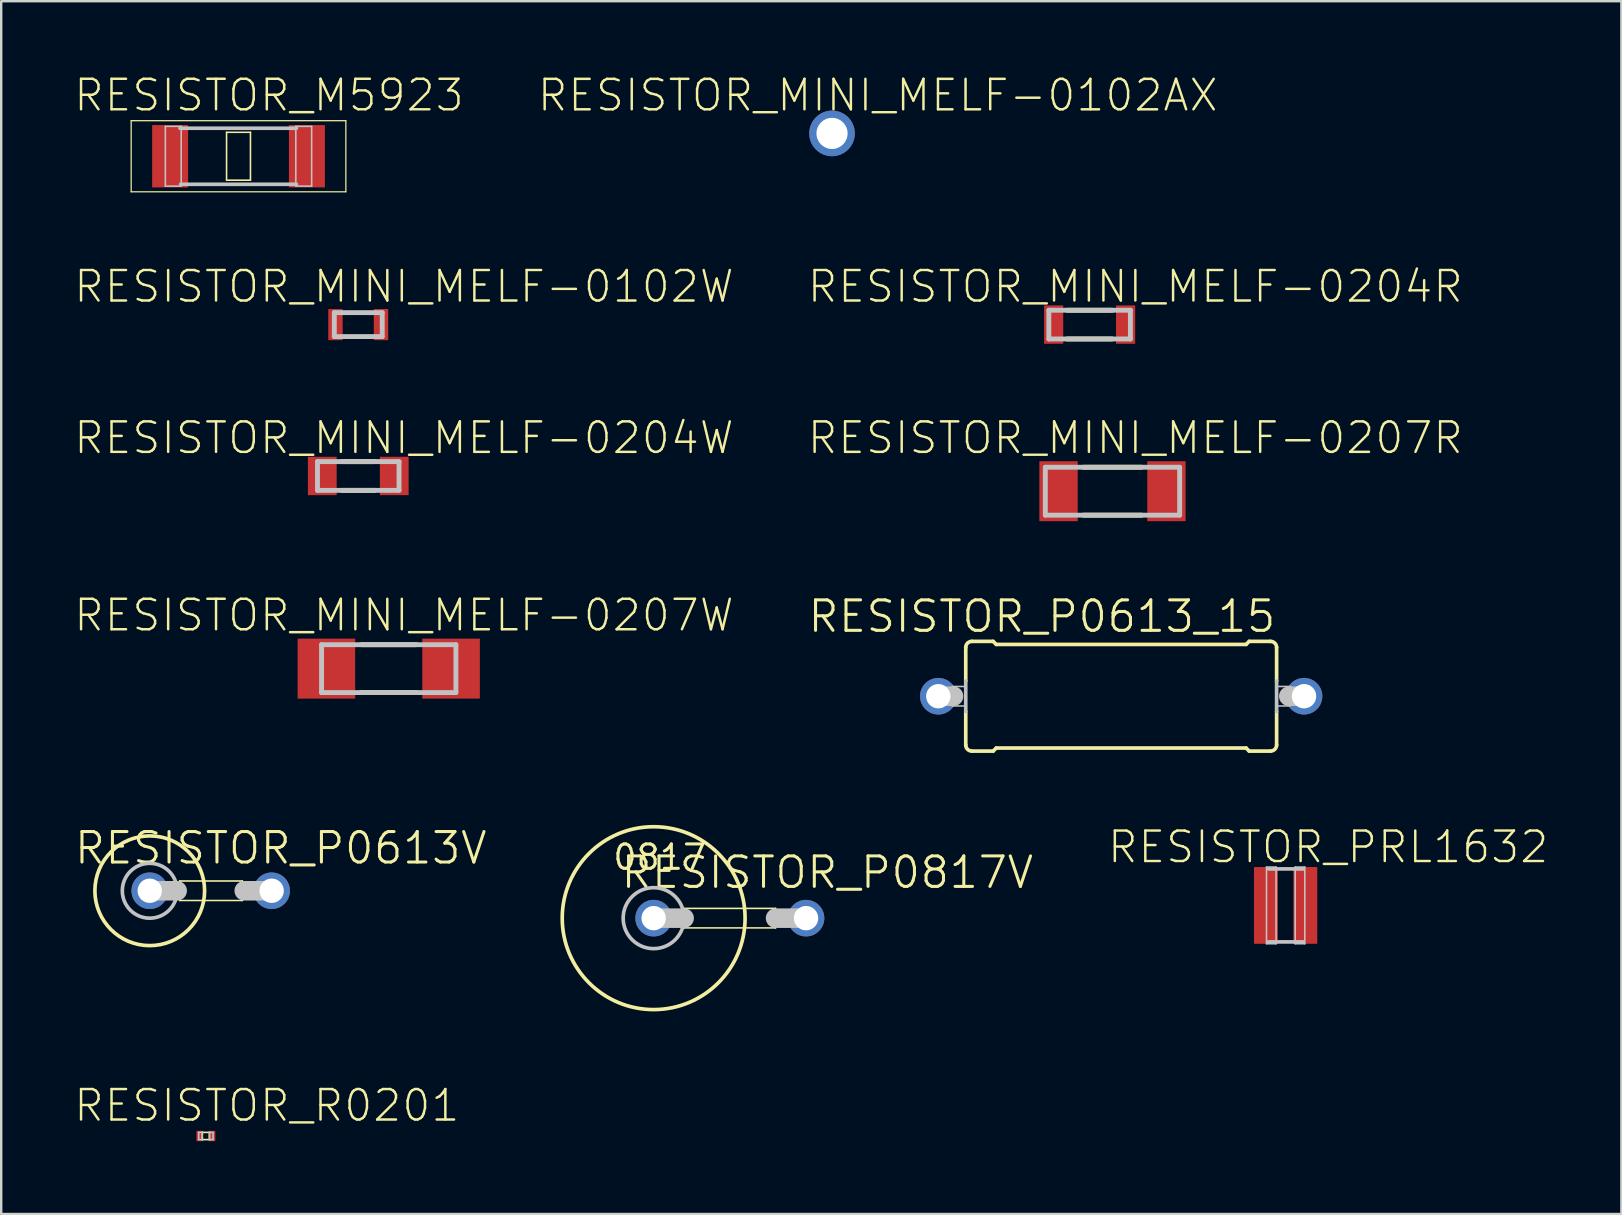
<source format=kicad_pcb>
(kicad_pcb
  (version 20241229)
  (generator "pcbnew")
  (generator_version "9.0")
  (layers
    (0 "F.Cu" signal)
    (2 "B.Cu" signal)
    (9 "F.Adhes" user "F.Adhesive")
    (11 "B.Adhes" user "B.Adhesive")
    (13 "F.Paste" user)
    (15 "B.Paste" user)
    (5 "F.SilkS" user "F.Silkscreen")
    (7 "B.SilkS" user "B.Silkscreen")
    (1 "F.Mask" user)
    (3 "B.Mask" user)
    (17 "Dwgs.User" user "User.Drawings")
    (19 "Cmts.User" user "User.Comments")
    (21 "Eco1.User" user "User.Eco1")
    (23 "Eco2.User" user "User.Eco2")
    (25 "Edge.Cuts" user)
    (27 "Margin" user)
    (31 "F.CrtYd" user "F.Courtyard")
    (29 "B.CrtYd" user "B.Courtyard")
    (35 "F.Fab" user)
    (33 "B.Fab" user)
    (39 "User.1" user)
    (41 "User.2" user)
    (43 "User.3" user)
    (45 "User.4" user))
  (footprint "RESISTOR_MINI_MELF-0204R"
    (layer "F.Cu")
    (at 42.355 10.476)
    (property "Reference" "RESISTOR_MINI_MELF-0204R" (at 1.905 -1.587 0) (layer "F.SilkS") (effects (font (size 1.27 1.27) (thickness 0.102))))
    (attr smd)
    (fp_line (start -0.937 0.599) (end 0.937 0.599) (stroke (width 0.203) (type solid)) (layer "F.SilkS"))
    (fp_line (start 0.937 -0.599) (end -0.937 -0.599) (stroke (width 0.203) (type solid)) (layer "F.SilkS"))
    (fp_line (start -1.699 -0.599) (end -1.699 0.599) (stroke (width 0.203) (type solid)) (layer "Dwgs.User"))
    (fp_line (start -1.699 0.599) (end 1.699 0.599) (stroke (width 0.203) (type solid)) (layer "Dwgs.User"))
    (fp_line (start 1.699 -0.599) (end -1.699 -0.599) (stroke (width 0.203) (type solid)) (layer "Dwgs.User"))
    (fp_line (start 1.699 0.599) (end 1.699 -0.599) (stroke (width 0.203) (type solid)) (layer "Dwgs.User"))
    (pad "1" smd rect (at -1.499 0) (size 0.798 1.598) (layers "F.Cu" "F.Mask" "F.Paste"))
    (pad "2" smd rect (at 1.499 0) (size 0.798 1.598) (layers "F.Cu" "F.Mask" "F.Paste")))
  (footprint "RESISTOR_MINI_MELF-0204W"
    (layer "F.Cu")
    (at 11.879 16.784)
    (property "Reference" "RESISTOR_MINI_MELF-0204W" (at 1.905 -1.587 0) (layer "F.SilkS") (effects (font (size 1.27 1.27) (thickness 0.102))))
    (attr smd)
    (fp_line (start -0.683 0.599) (end 0.683 0.599) (stroke (width 0.203) (type solid)) (layer "F.SilkS"))
    (fp_line (start 0.683 -0.599) (end -0.683 -0.599) (stroke (width 0.203) (type solid)) (layer "F.SilkS"))
    (fp_line (start -1.699 -0.599) (end -1.699 0.599) (stroke (width 0.203) (type solid)) (layer "Dwgs.User"))
    (fp_line (start -1.699 0.599) (end 1.699 0.599) (stroke (width 0.203) (type solid)) (layer "Dwgs.User"))
    (fp_line (start 1.699 -0.599) (end -1.699 -0.599) (stroke (width 0.203) (type solid)) (layer "Dwgs.User"))
    (fp_line (start 1.699 0.599) (end 1.699 -0.599) (stroke (width 0.203) (type solid)) (layer "Dwgs.User"))
    (pad "1" smd rect (at -1.499 0) (size 1.199 1.598) (layers "F.Cu" "F.Mask" "F.Paste"))
    (pad "2" smd rect (at 1.499 0) (size 1.199 1.598) (layers "F.Cu" "F.Mask" "F.Paste")))
  (footprint "RESISTOR_P0613_15"
    (layer "F.Cu")
    (at 43.67 25.962)
    (property "Reference" "RESISTOR_P0613_15" (at -3.302 -3.327 0) (layer "F.SilkS") (effects (font (size 1.27 1.27) (thickness 0.127))))
    (attr exclude_from_pos_files exclude_from_bom)
    (fp_line (start -6.477 -0.635) (end -6.477 -2.032) (stroke (width 0.152) (type solid)) (layer "F.SilkS"))
    (fp_line (start -6.477 2.032) (end -6.477 0.635) (stroke (width 0.152) (type solid)) (layer "F.SilkS"))
    (fp_line (start -6.223 -2.286) (end -5.334 -2.286) (stroke (width 0.152) (type solid)) (layer "F.SilkS"))
    (fp_line (start -6.223 2.286) (end -5.334 2.286) (stroke (width 0.152) (type solid)) (layer "F.SilkS"))
    (fp_line (start -5.207 -2.159) (end -5.334 -2.286) (stroke (width 0.152) (type solid)) (layer "F.SilkS"))
    (fp_line (start -5.207 2.159) (end -5.334 2.286) (stroke (width 0.152) (type solid)) (layer "F.SilkS"))
    (fp_line (start 5.207 -2.159) (end -5.207 -2.159) (stroke (width 0.152) (type solid)) (layer "F.SilkS"))
    (fp_line (start 5.207 -2.159) (end 5.334 -2.286) (stroke (width 0.152) (type solid)) (layer "F.SilkS"))
    (fp_line (start 5.207 2.159) (end -5.207 2.159) (stroke (width 0.152) (type solid)) (layer "F.SilkS"))
    (fp_line (start 5.207 2.159) (end 5.334 2.286) (stroke (width 0.152) (type solid)) (layer "F.SilkS"))
    (fp_line (start 6.223 -2.286) (end 5.334 -2.286) (stroke (width 0.152) (type solid)) (layer "F.SilkS"))
    (fp_line (start 6.223 2.286) (end 5.334 2.286) (stroke (width 0.152) (type solid)) (layer "F.SilkS"))
    (fp_line (start 6.477 -2.032) (end 6.477 -0.635) (stroke (width 0.152) (type solid)) (layer "F.SilkS"))
    (fp_line (start 6.477 0.635) (end 6.477 2.032) (stroke (width 0.152) (type solid)) (layer "F.SilkS"))
    (fp_arc (start -6.477 -2.032) (mid -6.402605 -2.211605) (end -6.223 -2.286) (stroke (width 0.1524) (type solid)) (layer "F.SilkS"))
    (fp_arc (start -6.223 2.286) (mid -6.402605 2.211605) (end -6.477 2.032) (stroke (width 0.1524) (type solid)) (layer "F.SilkS"))
    (fp_arc (start 6.223 -2.286) (mid 6.402605 -2.211605) (end 6.477 -2.032) (stroke (width 0.1524) (type solid)) (layer "F.SilkS"))
    (fp_arc (start 6.477 2.032) (mid 6.402605 2.211605) (end 6.223 2.286) (stroke (width 0.1524) (type solid)) (layer "F.SilkS"))
    (fp_line (start -7.62 0) (end -6.985 0) (stroke (width 0.813) (type solid)) (layer "Dwgs.User"))
    (fp_line (start -7.036 -0.406) (end -6.477 -0.406) (stroke (width 0.066) (type solid)) (layer "Dwgs.User"))
    (fp_line (start -7.036 0.406) (end -7.036 -0.406) (stroke (width 0.066) (type solid)) (layer "Dwgs.User"))
    (fp_line (start -7.036 0.406) (end -6.477 0.406) (stroke (width 0.066) (type solid)) (layer "Dwgs.User"))
    (fp_line (start -6.477 -0.635) (end -6.477 0.635) (stroke (width 0.152) (type solid)) (layer "Dwgs.User"))
    (fp_line (start -6.477 0.406) (end -6.477 -0.406) (stroke (width 0.066) (type solid)) (layer "Dwgs.User"))
    (fp_line (start 6.477 -0.406) (end 7.036 -0.406) (stroke (width 0.066) (type solid)) (layer "Dwgs.User"))
    (fp_line (start 6.477 0.406) (end 6.477 -0.406) (stroke (width 0.066) (type solid)) (layer "Dwgs.User"))
    (fp_line (start 6.477 0.406) (end 7.036 0.406) (stroke (width 0.066) (type solid)) (layer "Dwgs.User"))
    (fp_line (start 6.477 0.635) (end 6.477 -0.635) (stroke (width 0.152) (type solid)) (layer "Dwgs.User"))
    (fp_line (start 7.036 0.406) (end 7.036 -0.406) (stroke (width 0.066) (type solid)) (layer "Dwgs.User"))
    (fp_line (start 7.62 0) (end 6.985 0) (stroke (width 0.813) (type solid)) (layer "Dwgs.User"))
    (pad "1" thru_hole circle (at -7.62 0) (size 1.524 1.524) (drill 1.016) (layers "*.Cu" "*.Paste" "*.Mask"))
    (pad "2" thru_hole circle (at 7.62 0) (size 1.524 1.524) (drill 1.016) (layers "*.Cu" "*.Paste" "*.Mask")))
  (footprint "RESISTOR_PRL1632"
    (layer "F.Cu")
    (at 50.523 34.679)
    (property "Reference" "RESISTOR_PRL1632" (at 1.773 -2.433 0) (layer "F.SilkS") (effects (font (size 1.27 1.27) (thickness 0.102))))
    (attr smd)
    (fp_line (start -0.798 -1.598) (end -0.399 -1.598) (stroke (width 0.066) (type solid)) (layer "Dwgs.User"))
    (fp_line (start -0.798 1.598) (end -0.798 -1.598) (stroke (width 0.066) (type solid)) (layer "Dwgs.User"))
    (fp_line (start -0.798 1.598) (end -0.399 1.598) (stroke (width 0.066) (type solid)) (layer "Dwgs.User"))
    (fp_line (start -0.399 1.598) (end -0.399 -1.598) (stroke (width 0.066) (type solid)) (layer "Dwgs.User"))
    (fp_line (start 0.399 -1.598) (end 0.798 -1.598) (stroke (width 0.066) (type solid)) (layer "Dwgs.User"))
    (fp_line (start 0.399 1.598) (end 0.399 -1.598) (stroke (width 0.066) (type solid)) (layer "Dwgs.User"))
    (fp_line (start 0.399 1.598) (end 0.798 1.598) (stroke (width 0.066) (type solid)) (layer "Dwgs.User"))
    (fp_line (start 0.726 -1.521) (end -0.714 -1.521) (stroke (width 0.152) (type solid)) (layer "Dwgs.User"))
    (fp_line (start 0.726 1.521) (end -0.726 1.521) (stroke (width 0.152) (type solid)) (layer "Dwgs.User"))
    (fp_line (start 0.798 1.598) (end 0.798 -1.598) (stroke (width 0.066) (type solid)) (layer "Dwgs.User"))
    (pad "1" smd rect (at -0.82 0) (size 0.998 3.198) (layers "F.Cu" "F.Mask" "F.Paste"))
    (pad "2" smd rect (at 0.82 0) (size 0.998 3.198) (layers "F.Cu" "F.Mask" "F.Paste")))
  (footprint "RESISTOR_MINI_MELF-0102W"
    (layer "F.Cu")
    (at 11.879 10.476)
    (property "Reference" "RESISTOR_MINI_MELF-0102W" (at 1.905 -1.587 0) (layer "F.SilkS") (effects (font (size 1.27 1.27) (thickness 0.102))))
    (attr smd)
    (fp_line (start -0.998 -0.498) (end -0.998 0.498) (stroke (width 0.203) (type solid)) (layer "Dwgs.User"))
    (fp_line (start -0.998 0.498) (end 0.998 0.498) (stroke (width 0.203) (type solid)) (layer "Dwgs.User"))
    (fp_line (start 0.998 -0.498) (end -0.998 -0.498) (stroke (width 0.203) (type solid)) (layer "Dwgs.User"))
    (fp_line (start 0.998 0.498) (end 0.998 -0.498) (stroke (width 0.203) (type solid)) (layer "Dwgs.User"))
    (pad "1" smd rect (at -0.95 0) (size 0.599 1.298) (layers "F.Cu" "F.Mask" "F.Paste"))
    (pad "2" smd rect (at 0.947 0) (size 0.599 1.298) (layers "F.Cu" "F.Mask" "F.Paste")))
  (footprint "RESISTOR_P0817V"
    (layer "F.Cu")
    (at 29.268 35.21)
    (property "Reference" "RESISTOR_P0817V" (at 2.159 -1.905 0) (layer "F.SilkS") (effects (font (size 1.27 1.27) (thickness 0.127))))
    (attr exclude_from_pos_files exclude_from_bom)
    (fp_line (start -3.81 -0.406) (end 0 -0.406) (stroke (width 0.066) (type solid)) (layer "F.SilkS"))
    (fp_line (start -3.81 0.406) (end -3.81 -0.406) (stroke (width 0.066) (type solid)) (layer "F.SilkS"))
    (fp_line (start -3.81 0.406) (end 0 0.406) (stroke (width 0.066) (type solid)) (layer "F.SilkS"))
    (fp_line (start 0 0.406) (end 0 -0.406) (stroke (width 0.066) (type solid)) (layer "F.SilkS"))
    (fp_circle (center -5.08 0) (end -5.08 -3.81) (stroke (width 0.152) (type solid)) (fill no) (layer "F.SilkS"))
    (fp_line (start -3.81 0) (end -5.08 0) (stroke (width 0.813) (type solid)) (layer "Dwgs.User"))
    (fp_line (start 1.27 0) (end 0 0) (stroke (width 0.813) (type solid)) (layer "Dwgs.User"))
    (fp_circle (center -5.08 0) (end -5.08 -1.27) (stroke (width 0.152) (type solid)) (fill no) (layer "Dwgs.User"))
    (fp_text user "0817" (at -4.826 -2.54 0) (layer "F.SilkS") (effects (font (size 1.016 1.016) (thickness 0.127))))
    (pad "1" thru_hole circle (at -5.08 0) (size 1.524 1.524) (drill 1.016) (layers "*.Cu" "*.Paste" "*.Mask"))
    (pad "2" thru_hole circle (at 1.27 0) (size 1.524 1.524) (drill 1.016) (layers "*.Cu" "*.Paste" "*.Mask")))
  (footprint "RESISTOR_MINI_MELF-0102AX"
    (layer "F.Cu")
    (at 31.621 2.509)
    (property "Reference" "RESISTOR_MINI_MELF-0102AX" (at 1.905 -1.587 0) (layer "F.SilkS") (effects (font (size 1.27 1.27) (thickness 0.102))))
    (attr smd)
    (fp_circle (center 0 0) (end 0 -0.599) (stroke (width 0) (type solid)) (fill yes) (layer "Dwgs.User"))
    (fp_circle (center 0 0) (end 0 -0.599) (stroke (width 0) (type solid)) (fill yes) (layer "Dwgs.User"))
    (pad "" np_thru_hole circle (at 0 0) (size 1.298 1.298) (drill 1.298) (layers "*.Cu" "*.Mask"))
    (pad "1" smd circle (at 0 0) (size 1.9 1.9) (layers "F.Cu" "F.Mask" "F.Paste"))
    (pad "2" smd circle (at 0 0) (size 1.9 1.9) (layers "B.Cu" "B.Mask")))
  (footprint "RESISTOR_P0613V"
    (layer "F.Cu")
    (at 5.73 34.068)
    (property "Reference" "RESISTOR_P0613V" (at 2.921 -1.778 0) (layer "F.SilkS") (effects (font (size 1.27 1.27) (thickness 0.127))))
    (attr exclude_from_pos_files exclude_from_bom)
    (fp_line (start -1.293 -0.406) (end 1.321 -0.406) (stroke (width 0.066) (type solid)) (layer "F.SilkS"))
    (fp_line (start -1.293 0.406) (end -1.293 -0.406) (stroke (width 0.066) (type solid)) (layer "F.SilkS"))
    (fp_line (start -1.293 0.406) (end 1.321 0.406) (stroke (width 0.066) (type solid)) (layer "F.SilkS"))
    (fp_line (start 1.321 0.406) (end 1.321 -0.406) (stroke (width 0.066) (type solid)) (layer "F.SilkS"))
    (fp_circle (center -2.54 0) (end -2.54 -2.286) (stroke (width 0.152) (type solid)) (fill no) (layer "F.SilkS"))
    (fp_line (start -2.54 0) (end -1.397 0) (stroke (width 0.813) (type solid)) (layer "Dwgs.User"))
    (fp_line (start 2.54 0) (end 1.397 0) (stroke (width 0.813) (type solid)) (layer "Dwgs.User"))
    (fp_circle (center -2.54 0) (end -2.54 -1.143) (stroke (width 0.152) (type solid)) (fill no) (layer "Dwgs.User"))
    (pad "1" thru_hole circle (at -2.54 0) (size 1.524 1.524) (drill 1.016) (layers "*.Cu" "*.Paste" "*.Mask"))
    (pad "2" thru_hole circle (at 2.54 0) (size 1.524 1.524) (drill 1.016) (layers "*.Cu" "*.Paste" "*.Mask")))
  (footprint "RESISTOR_R0201"
    (layer "F.Cu")
    (at 5.529 44.288)
    (property "Reference" "RESISTOR_R0201" (at 2.54 -1.27 0) (layer "F.SilkS") (effects (font (size 1.27 1.27) (thickness 0.102))))
    (attr smd)
    (fp_line (start -0.15 -0.15) (end 0.15 -0.15) (stroke (width 0.066) (type solid)) (layer "F.SilkS"))
    (fp_line (start -0.15 0.15) (end -0.15 -0.15) (stroke (width 0.066) (type solid)) (layer "F.SilkS"))
    (fp_line (start -0.15 0.15) (end 0.15 0.15) (stroke (width 0.066) (type solid)) (layer "F.SilkS"))
    (fp_line (start 0.15 0.15) (end 0.15 -0.15) (stroke (width 0.066) (type solid)) (layer "F.SilkS"))
    (fp_line (start -0.3 -0.15) (end -0.15 -0.15) (stroke (width 0.066) (type solid)) (layer "Dwgs.User"))
    (fp_line (start -0.3 0.15) (end -0.3 -0.15) (stroke (width 0.066) (type solid)) (layer "Dwgs.User"))
    (fp_line (start -0.3 0.15) (end -0.15 0.15) (stroke (width 0.066) (type solid)) (layer "Dwgs.User"))
    (fp_line (start -0.15 0.15) (end -0.15 -0.15) (stroke (width 0.066) (type solid)) (layer "Dwgs.User"))
    (fp_line (start 0.15 -0.15) (end 0.3 -0.15) (stroke (width 0.066) (type solid)) (layer "Dwgs.User"))
    (fp_line (start 0.15 0.15) (end 0.15 -0.15) (stroke (width 0.066) (type solid)) (layer "Dwgs.User"))
    (fp_line (start 0.15 0.15) (end 0.3 0.15) (stroke (width 0.066) (type solid)) (layer "Dwgs.User"))
    (fp_line (start 0.3 0.15) (end 0.3 -0.15) (stroke (width 0.066) (type solid)) (layer "Dwgs.User"))
    (pad "1" smd rect (at -0.254 0) (size 0.279 0.429) (layers "F.Cu" "F.Mask" "F.Paste"))
    (pad "2" smd rect (at 0.254 0) (size 0.279 0.429) (layers "F.Cu" "F.Mask" "F.Paste")))
  (footprint "RESISTOR_MINI_MELF-0207W"
    (layer "F.Cu")
    (at 13.149 24.812)
    (property "Reference" "RESISTOR_MINI_MELF-0207W" (at 0.635 -2.223 0) (layer "F.SilkS") (effects (font (size 1.27 1.27) (thickness 0.102))))
    (attr smd)
    (fp_line (start -1.148 0.998) (end 1.148 0.998) (stroke (width 0.203) (type solid)) (layer "F.SilkS"))
    (fp_line (start 1.148 -0.998) (end -1.148 -0.998) (stroke (width 0.203) (type solid)) (layer "F.SilkS"))
    (fp_line (start -2.799 -0.998) (end -2.799 0.998) (stroke (width 0.203) (type solid)) (layer "Dwgs.User"))
    (fp_line (start -2.799 0.998) (end 2.799 0.998) (stroke (width 0.203) (type solid)) (layer "Dwgs.User"))
    (fp_line (start 2.799 -0.998) (end -2.799 -0.998) (stroke (width 0.203) (type solid)) (layer "Dwgs.User"))
    (fp_line (start 2.799 0.998) (end 2.799 -0.998) (stroke (width 0.203) (type solid)) (layer "Dwgs.User"))
    (pad "1" smd rect (at -2.598 0) (size 2.398 2.499) (layers "F.Cu" "F.Mask" "F.Paste"))
    (pad "2" smd rect (at 2.598 0) (size 2.398 2.499) (layers "F.Cu" "F.Mask" "F.Paste")))
  (footprint "RESISTOR_M5923"
    (layer "F.Cu")
    (at 6.889 3.461)
    (property "Reference" "RESISTOR_M5923" (at 1.27 -2.54 0) (layer "F.SilkS") (effects (font (size 1.27 1.27) (thickness 0.102))))
    (attr smd)
    (fp_line (start -4.473 -1.481) (end 4.473 -1.481) (stroke (width 0.051) (type solid)) (layer "F.SilkS"))
    (fp_line (start -4.473 1.481) (end -4.473 -1.481) (stroke (width 0.051) (type solid)) (layer "F.SilkS"))
    (fp_line (start -0.498 -0.998) (end 0.498 -0.998) (stroke (width 0.066) (type solid)) (layer "F.SilkS"))
    (fp_line (start -0.498 0.998) (end -0.498 -0.998) (stroke (width 0.066) (type solid)) (layer "F.SilkS"))
    (fp_line (start -0.498 0.998) (end 0.498 0.998) (stroke (width 0.066) (type solid)) (layer "F.SilkS"))
    (fp_line (start 0.498 0.998) (end 0.498 -0.998) (stroke (width 0.066) (type solid)) (layer "F.SilkS"))
    (fp_line (start 4.473 -1.481) (end 4.473 1.481) (stroke (width 0.051) (type solid)) (layer "F.SilkS"))
    (fp_line (start 4.473 1.481) (end -4.473 1.481) (stroke (width 0.051) (type solid)) (layer "F.SilkS"))
    (fp_line (start -3.048 -1.245) (end -2.388 -1.245) (stroke (width 0.066) (type solid)) (layer "Dwgs.User"))
    (fp_line (start -3.048 1.245) (end -3.048 -1.245) (stroke (width 0.066) (type solid)) (layer "Dwgs.User"))
    (fp_line (start -3.048 1.245) (end -2.388 1.245) (stroke (width 0.066) (type solid)) (layer "Dwgs.User"))
    (fp_line (start -2.388 1.245) (end -2.388 -1.245) (stroke (width 0.066) (type solid)) (layer "Dwgs.User"))
    (fp_line (start 2.388 -1.245) (end 3.048 -1.245) (stroke (width 0.066) (type solid)) (layer "Dwgs.User"))
    (fp_line (start 2.388 1.245) (end 2.388 -1.245) (stroke (width 0.066) (type solid)) (layer "Dwgs.User"))
    (fp_line (start 2.388 1.245) (end 3.048 1.245) (stroke (width 0.066) (type solid)) (layer "Dwgs.User"))
    (fp_line (start 2.413 -1.168) (end -2.438 -1.168) (stroke (width 0.152) (type solid)) (layer "Dwgs.User"))
    (fp_line (start 2.413 1.168) (end -2.413 1.168) (stroke (width 0.152) (type solid)) (layer "Dwgs.User"))
    (fp_line (start 3.048 1.245) (end 3.048 -1.245) (stroke (width 0.066) (type solid)) (layer "Dwgs.User"))
    (pad "1" smd rect (at -2.85 0) (size 1.499 2.598) (layers "F.Cu" "F.Mask" "F.Paste"))
    (pad "2" smd rect (at 2.85 0) (size 1.499 2.598) (layers "F.Cu" "F.Mask" "F.Paste")))
  (footprint "RESISTOR_MINI_MELF-0207R"
    (layer "F.Cu")
    (at 43.308 17.419)
    (property "Reference" "RESISTOR_MINI_MELF-0207R" (at 0.953 -2.223 0) (layer "F.SilkS") (effects (font (size 1.27 1.27) (thickness 0.102))))
    (attr smd)
    (fp_line (start -1.212 0.998) (end 1.212 0.998) (stroke (width 0.203) (type solid)) (layer "F.SilkS"))
    (fp_line (start 1.212 -0.998) (end -1.212 -0.998) (stroke (width 0.203) (type solid)) (layer "F.SilkS"))
    (fp_line (start -2.799 -0.998) (end -2.799 0.998) (stroke (width 0.203) (type solid)) (layer "Dwgs.User"))
    (fp_line (start -2.799 0.998) (end 2.799 0.998) (stroke (width 0.203) (type solid)) (layer "Dwgs.User"))
    (fp_line (start 2.799 -0.998) (end -2.799 -0.998) (stroke (width 0.203) (type solid)) (layer "Dwgs.User"))
    (fp_line (start 2.799 0.998) (end 2.799 -0.998) (stroke (width 0.203) (type solid)) (layer "Dwgs.User"))
    (pad "1" smd rect (at -2.248 0) (size 1.598 2.499) (layers "F.Cu" "F.Mask" "F.Paste"))
    (pad "2" smd rect (at 2.248 0) (size 1.598 2.499) (layers "F.Cu" "F.Mask" "F.Paste")))
  (gr_rect
    (start -3 -3)
    (end 64.514 47.538)
    (stroke (width 0.1) (type default))
    (fill no)
    (layer "Edge.Cuts")))
</source>
